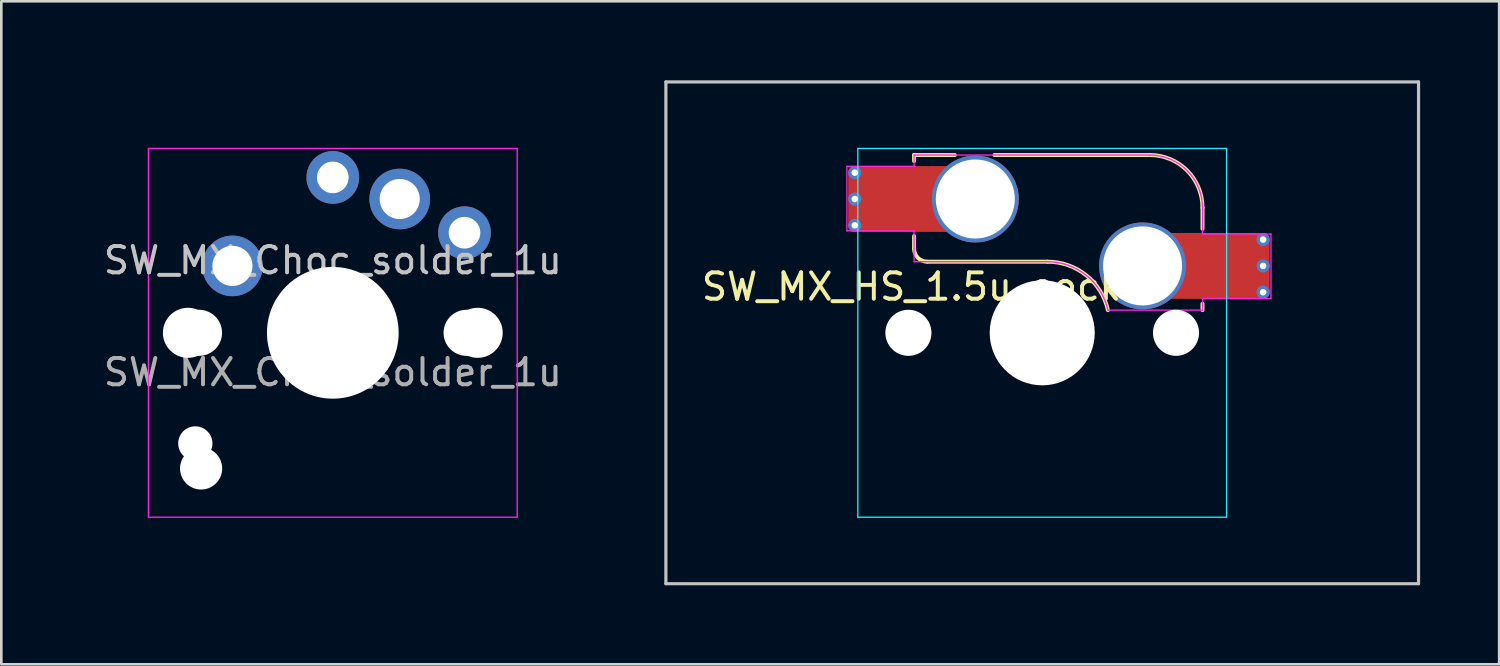
<source format=kicad_pcb>
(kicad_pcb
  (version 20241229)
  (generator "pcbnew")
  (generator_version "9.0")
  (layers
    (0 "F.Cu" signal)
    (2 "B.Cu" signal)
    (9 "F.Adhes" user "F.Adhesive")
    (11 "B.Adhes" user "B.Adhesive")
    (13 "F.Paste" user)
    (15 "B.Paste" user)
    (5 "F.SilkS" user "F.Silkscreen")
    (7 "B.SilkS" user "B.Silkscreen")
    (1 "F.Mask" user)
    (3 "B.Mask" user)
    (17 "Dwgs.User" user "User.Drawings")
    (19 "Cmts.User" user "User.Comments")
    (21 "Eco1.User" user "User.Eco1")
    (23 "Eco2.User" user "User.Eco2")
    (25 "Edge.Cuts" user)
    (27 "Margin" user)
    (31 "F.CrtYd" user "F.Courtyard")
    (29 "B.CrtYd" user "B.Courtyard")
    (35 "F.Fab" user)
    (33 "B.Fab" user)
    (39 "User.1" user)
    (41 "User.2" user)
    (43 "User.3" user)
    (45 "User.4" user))
  (footprint "SW_MX_HS_1.5u_socket"
    (layer "F.Cu")
    (at 36.517 9.585)
    (property "Reference" "SW_MX_HS_1.5u_socket" (at -4.25 -1.75 0) (layer "F.SilkS") (effects (font (size 1 1) (thickness 0.15))))
    (attr smd)
    (fp_line (start -4.865 -6.75) (end -4.865 -6.52) (stroke (width 0.15) (type solid)) (layer "F.SilkS"))
    (fp_line (start -4.865 -3.67) (end -4.865 -3.2) (stroke (width 0.15) (type solid)) (layer "F.SilkS"))
    (fp_line (start -4.365 -2.7) (end 0.2 -2.7) (stroke (width 0.15) (type solid)) (layer "F.SilkS"))
    (fp_line (start -3.315 -6.75) (end -4.865 -6.75) (stroke (width 0.15) (type solid)) (layer "F.SilkS"))
    (fp_line (start 4.085 -6.75) (end -1.815 -6.75) (stroke (width 0.15) (type solid)) (layer "F.SilkS"))
    (fp_line (start 6.085 -3.95) (end 6.085 -4.75) (stroke (width 0.15) (type solid)) (layer "F.SilkS"))
    (fp_line (start 6.085 -1.1) (end 6.085 -0.86) (stroke (width 0.15) (type solid)) (layer "F.SilkS"))
    (fp_arc (start -4.364824 -2.70022) (mid -4.718377 -2.846667) (end -4.864824 -3.20022) (stroke (width 0.15) (type solid)) (layer "F.SilkS"))
    (fp_arc (start 0.2 -2.70022) (mid 1.670693 -2.183637) (end 2.494322 -0.86022) (stroke (width 0.15) (type solid)) (layer "F.SilkS"))
    (fp_arc (start 4.085176 -6.75022) (mid 5.49939 -6.164434) (end 6.085176 -4.75022) (stroke (width 0.15) (type solid)) (layer "F.SilkS"))
    (fp_line (start -14.287 -9.525) (end 14.287 -9.525) (stroke (width 0.12) (type solid)) (layer "Dwgs.User"))
    (fp_line (start -14.287 9.525) (end -14.287 -9.525) (stroke (width 0.12) (type solid)) (layer "Dwgs.User"))
    (fp_line (start 14.287 -9.525) (end 14.287 9.525) (stroke (width 0.12) (type solid)) (layer "Dwgs.User"))
    (fp_line (start 14.287 9.525) (end -14.287 9.525) (stroke (width 0.12) (type solid)) (layer "Dwgs.User"))
    (fp_line (start -7 -6.5) (end -7 6.5) (stroke (width 0.05) (type solid)) (layer "Eco2.User"))
    (fp_line (start -6.5 7) (end 6.5 7) (stroke (width 0.05) (type solid)) (layer "Eco2.User"))
    (fp_line (start 6.5 -7) (end -6.5 -7) (stroke (width 0.05) (type solid)) (layer "Eco2.User"))
    (fp_line (start 7 6.5) (end 7 -6.5) (stroke (width 0.05) (type solid)) (layer "Eco2.User"))
    (fp_arc (start -7 -6.5) (mid -6.853553 -6.853553) (end -6.5 -7) (stroke (width 0.05) (type solid)) (layer "Eco2.User"))
    (fp_arc (start -6.497236 6.998884) (mid -6.850789 6.852437) (end -6.997236 6.498884) (stroke (width 0.05) (type solid)) (layer "Eco2.User"))
    (fp_arc (start 6.5 -7) (mid 6.853553 -6.853553) (end 7 -6.5) (stroke (width 0.05) (type solid)) (layer "Eco2.User"))
    (fp_arc (start 7 6.5) (mid 6.853553 6.853553) (end 6.5 7) (stroke (width 0.05) (type solid)) (layer "Eco2.User"))
    (fp_line (start -7 -7) (end 7 -7) (stroke (width 0.05) (type solid)) (layer "B.CrtYd"))
    (fp_line (start -7 7) (end -7 -7) (stroke (width 0.05) (type solid)) (layer "B.CrtYd"))
    (fp_line (start 7 -7) (end 7 7) (stroke (width 0.05) (type solid)) (layer "B.CrtYd"))
    (fp_line (start 7 7) (end -7 7) (stroke (width 0.05) (type solid)) (layer "B.CrtYd"))
    (fp_line (start -7.415 -6.32) (end -4.865 -6.32) (stroke (width 0.05) (type solid)) (layer "F.CrtYd"))
    (fp_line (start -7.415 -3.87) (end -7.415 -6.32) (stroke (width 0.05) (type solid)) (layer "F.CrtYd"))
    (fp_line (start -4.865 -6.75) (end -4.865 -6.32) (stroke (width 0.05) (type solid)) (layer "F.CrtYd"))
    (fp_line (start -4.865 -3.87) (end -7.415 -3.87) (stroke (width 0.05) (type solid)) (layer "F.CrtYd"))
    (fp_line (start -4.865 -3.87) (end -4.865 -2.7) (stroke (width 0.05) (type solid)) (layer "F.CrtYd"))
    (fp_line (start -4.865 -2.7) (end 0.2 -2.7) (stroke (width 0.05) (type solid)) (layer "F.CrtYd"))
    (fp_line (start 4.085 -6.75) (end -4.865 -6.75) (stroke (width 0.05) (type solid)) (layer "F.CrtYd"))
    (fp_line (start 6.085 -3.75) (end 6.085 -4.75) (stroke (width 0.05) (type solid)) (layer "F.CrtYd"))
    (fp_line (start 6.085 -3.75) (end 8.685 -3.75) (stroke (width 0.05) (type solid)) (layer "F.CrtYd"))
    (fp_line (start 6.085 -1.3) (end 6.085 -0.86) (stroke (width 0.05) (type solid)) (layer "F.CrtYd"))
    (fp_line (start 6.085 -0.86) (end 2.494 -0.86) (stroke (width 0.05) (type solid)) (layer "F.CrtYd"))
    (fp_line (start 8.685 -3.75) (end 8.685 -1.3) (stroke (width 0.05) (type solid)) (layer "F.CrtYd"))
    (fp_line (start 8.685 -1.3) (end 6.085 -1.3) (stroke (width 0.05) (type solid)) (layer "F.CrtYd"))
    (fp_arc (start 0.2 -2.70022) (mid 1.670503 -2.183399) (end 2.494322 -0.86022) (stroke (width 0.05) (type solid)) (layer "F.CrtYd"))
    (fp_arc (start 4.085176 -6.75022) (mid 5.49939 -6.164434) (end 6.085176 -4.75022) (stroke (width 0.05) (type solid)) (layer "F.CrtYd"))
    (pad "" np_thru_hole circle (at -5.08 0) (size 1.75 1.75) (drill 1.75) (layers "*.Cu" "*.Mask"))
    (pad "" np_thru_hole circle (at 0 0) (size 3.988 3.988) (drill 3.988) (layers "*.Cu" "*.Mask"))
    (pad "" np_thru_hole circle (at 5.08 0) (size 1.75 1.75) (drill 1.75) (layers "*.Cu" "*.Mask"))
    (pad "1" thru_hole circle (at 3.81 -2.54) (size 3.3 3.3) (drill 3) (layers "*.Cu" "*.Mask"))
    (pad "1" smd rect (at 5.635 -2.54 180) (size 1.65 2.5) (layers "F.Cu"))
    (pad "1" smd roundrect (at 7.36 -2.54) (size 2.55 2.5) (layers "F.Cu" "F.Mask" "F.Paste") (roundrect_rratio 0.1))
    (pad "1" thru_hole circle (at 8.385 -3.54) (size 0.5 0.5) (drill 0.25) (layers "*.Cu"))
    (pad "1" thru_hole circle (at 8.385 -2.54) (size 0.5 0.5) (drill 0.25) (layers "*.Cu"))
    (pad "1" thru_hole circle (at 8.385 -1.54) (size 0.5 0.5) (drill 0.25) (layers "*.Cu"))
    (pad "2" thru_hole circle (at -7.115 -6.08) (size 0.5 0.5) (drill 0.25) (layers "*.Cu"))
    (pad "2" thru_hole circle (at -7.115 -5.08) (size 0.5 0.5) (drill 0.25) (layers "*.Cu"))
    (pad "2" thru_hole circle (at -7.115 -4.08) (size 0.5 0.5) (drill 0.25) (layers "*.Cu"))
    (pad "2" smd roundrect (at -6.09 -5.08) (size 2.55 2.5) (layers "F.Cu" "F.Mask" "F.Paste") (roundrect_rratio 0.1))
    (pad "2" smd rect (at -4.34 -5.08) (size 1.65 2.5) (layers "F.Cu"))
    (pad "2" thru_hole circle (at -2.54 -5.08) (size 3.3 3.3) (drill 3) (layers "*.Cu" "*.Mask")))
  (footprint "SW_MX_Choc_solder_1u"
    (layer "F.Cu")
    (at 9.585 9.585)
    (property "Reference" "SW_MX_Choc_solder_1u" (at 0 -2.75 180) (layer "Dwgs.User") (effects (font (size 1 1) (thickness 0.15))))
    (attr through_hole exclude_from_pos_files exclude_from_bom)
    (fp_line (start -9.525 -9.525) (end -9.525 9.525) (stroke (width 0.12) (type solid)) (layer "Eco1.User"))
    (fp_line (start -9.525 9.525) (end 9.525 9.525) (stroke (width 0.12) (type solid)) (layer "Eco1.User"))
    (fp_line (start 9.525 -9.525) (end -9.525 -9.525) (stroke (width 0.12) (type solid)) (layer "Eco1.User"))
    (fp_line (start 9.525 9.525) (end 9.525 -9.525) (stroke (width 0.12) (type solid)) (layer "Eco1.User"))
    (fp_line (start -6.95 6.45) (end -6.95 -6.45) (stroke (width 0.05) (type solid)) (layer "Eco2.User"))
    (fp_line (start -6.45 -6.95) (end 6.45 -6.95) (stroke (width 0.05) (type solid)) (layer "Eco2.User"))
    (fp_line (start 6.45 6.95) (end -6.45 6.95) (stroke (width 0.05) (type solid)) (layer "Eco2.User"))
    (fp_line (start 6.95 -6.45) (end 6.95 6.45) (stroke (width 0.05) (type solid)) (layer "Eco2.User"))
    (fp_arc (start -6.95 -6.45) (mid -6.803553 -6.803553) (end -6.45 -6.95) (stroke (width 0.05) (type solid)) (layer "Eco2.User"))
    (fp_arc (start -6.45 6.95) (mid -6.803553 6.803553) (end -6.95 6.45) (stroke (width 0.05) (type solid)) (layer "Eco2.User"))
    (fp_arc (start 6.45 -6.95) (mid 6.803553 -6.803553) (end 6.95 -6.45) (stroke (width 0.05) (type solid)) (layer "Eco2.User"))
    (fp_arc (start 6.95 6.45) (mid 6.803553 6.803553) (end 6.45 6.95) (stroke (width 0.05) (type solid)) (layer "Eco2.User"))
    (fp_line (start -7 -7) (end 7 -7) (stroke (width 0.05) (type solid)) (layer "F.CrtYd"))
    (fp_line (start -7 7) (end -7 -7) (stroke (width 0.05) (type solid)) (layer "F.CrtYd"))
    (fp_line (start 7 -7) (end 7 7) (stroke (width 0.05) (type solid)) (layer "F.CrtYd"))
    (fp_line (start 7 7) (end -7 7) (stroke (width 0.05) (type solid)) (layer "F.CrtYd"))
    (fp_text user "19.05 spacing" (at 0 -8.7 180) (layer "Eco1.User") (effects (font (size 1 1) (thickness 0.15))))
    (fp_text user "${REFERENCE}" (at 0 1.5 0) (layer "F.Fab") (effects (font (size 1 1) (thickness 0.15))))
    (pad "" np_thru_hole circle (at -5.5 0) (size 1.9 1.9) (drill 1.9) (layers "*.Cu" "*.Mask"))
    (pad "" np_thru_hole circle (at -5.22 4.2) (size 1.3 1.3) (drill 1.3) (layers "*.Cu" "*.Mask"))
    (pad "" np_thru_hole circle (at -5.08 0) (size 1.75 1.75) (drill 1.75) (layers "*.Cu" "*.Mask"))
    (pad "" np_thru_hole circle (at -5 5.15) (size 1.6 1.6) (drill 1.6) (layers "*.Cu" "*.Mask"))
    (pad "" np_thru_hole circle (at 0 0) (size 5 5) (drill 5) (layers "*.Cu" "*.Mask"))
    (pad "" np_thru_hole circle (at 5.08 0) (size 1.75 1.75) (drill 1.75) (layers "*.Cu" "*.Mask"))
    (pad "" np_thru_hole circle (at 5.5 0) (size 1.9 1.9) (drill 1.9) (layers "*.Cu" "*.Mask"))
    (pad "1" thru_hole circle (at -3.81 -2.54) (size 2.3 2.3) (drill 1.524) (layers "*.Cu" "B.Mask"))
    (pad "1" thru_hole circle (at 0 -5.9) (size 2 2) (drill 1.2) (layers "*.Cu" "B.Mask"))
    (pad "2" thru_hole circle (at 2.54 -5.08) (size 2.3 2.3) (drill 1.524) (layers "*.Cu" "B.Mask"))
    (pad "2" thru_hole circle (at 5 -3.8) (size 2 2) (drill 1.2) (layers "*.Cu" "B.Mask")))
  (gr_rect
    (start -3 -3)
    (end 53.865 22.17)
    (stroke (width 0.1) (type default))
    (fill no)
    (layer "Edge.Cuts")))
</source>
